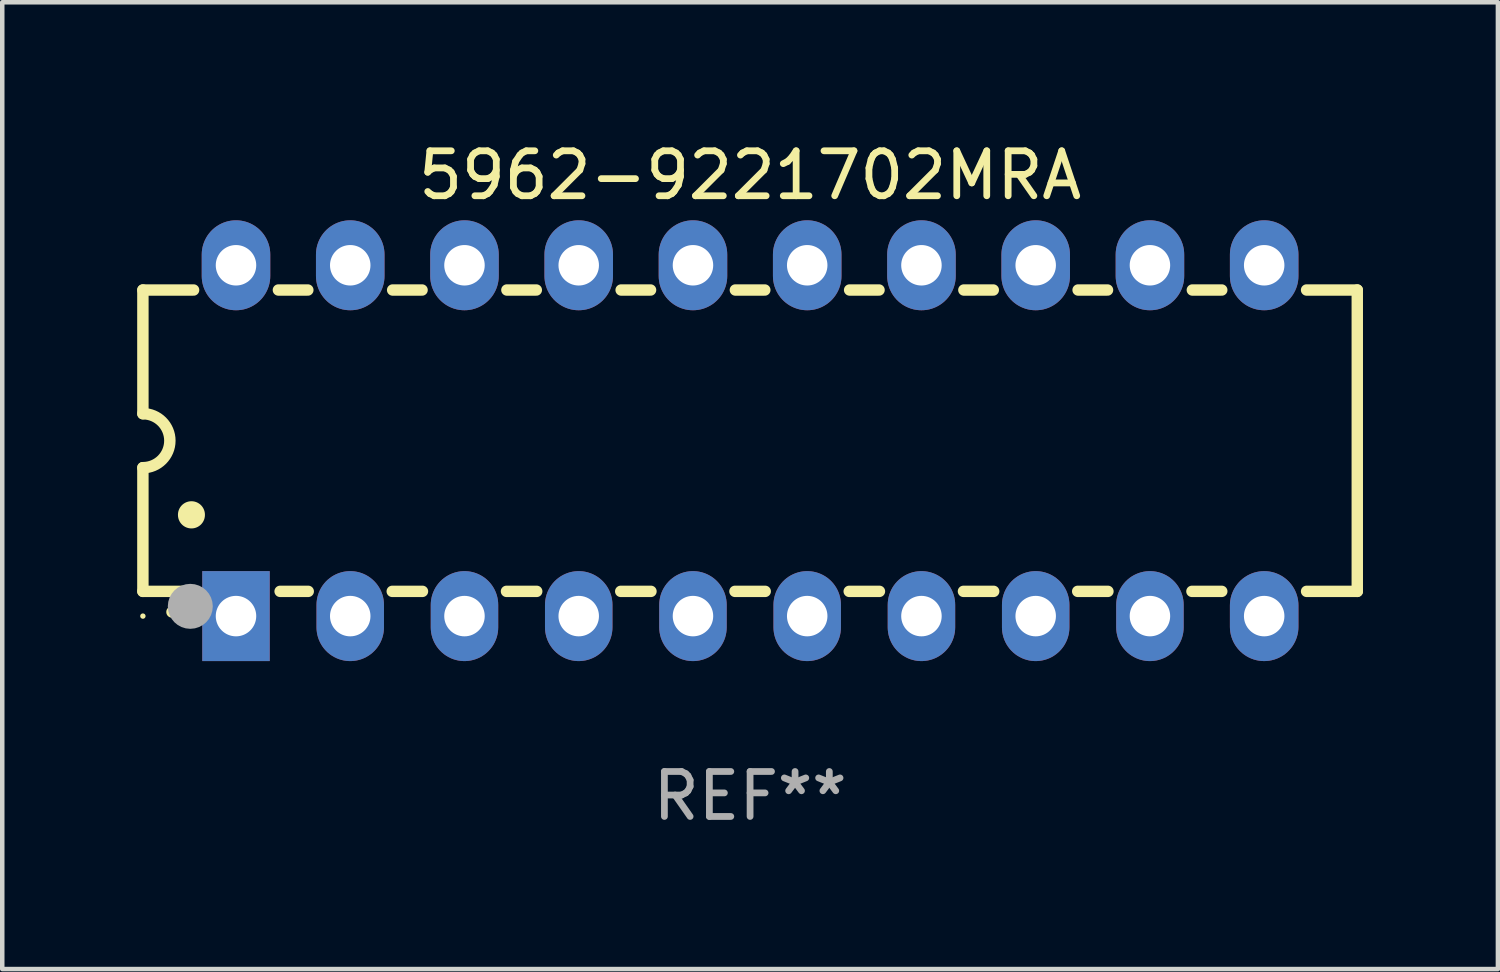
<source format=kicad_pcb>
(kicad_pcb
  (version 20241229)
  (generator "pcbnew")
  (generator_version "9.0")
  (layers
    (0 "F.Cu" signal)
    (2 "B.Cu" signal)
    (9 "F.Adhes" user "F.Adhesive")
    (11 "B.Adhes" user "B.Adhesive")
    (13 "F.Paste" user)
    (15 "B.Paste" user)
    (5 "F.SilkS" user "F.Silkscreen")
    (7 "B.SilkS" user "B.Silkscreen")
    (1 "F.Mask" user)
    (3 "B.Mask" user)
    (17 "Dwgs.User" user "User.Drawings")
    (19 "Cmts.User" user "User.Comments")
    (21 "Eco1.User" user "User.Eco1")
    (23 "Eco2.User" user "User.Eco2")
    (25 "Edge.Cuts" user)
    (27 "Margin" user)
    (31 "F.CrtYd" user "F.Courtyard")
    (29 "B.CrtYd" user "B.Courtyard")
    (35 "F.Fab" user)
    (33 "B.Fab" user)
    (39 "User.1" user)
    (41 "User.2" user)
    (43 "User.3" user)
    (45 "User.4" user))
  (footprint "5962-9221702MRA"
    (layer "F.Cu")
    (at 13.627 6.748)
    (property "Reference" "5962-9221702MRA" (at 0 -5.9 0) (layer "F.SilkS") (effects (font (size 1 1) (thickness 0.15))))
    (attr through_hole)
    (fp_line (start -13.5 -3.35) (end -12.373 -3.35) (stroke (width 0.254) (type solid)) (layer "F.SilkS"))
    (fp_line (start -13.5 -0.6) (end -13.5 -3.35) (stroke (width 0.254) (type solid)) (layer "F.SilkS"))
    (fp_line (start -13.5 3.35) (end -13.5 0.6) (stroke (width 0.254) (type solid)) (layer "F.SilkS"))
    (fp_line (start -13.5 3.35) (end -12.411 3.35) (stroke (width 0.254) (type solid)) (layer "F.SilkS"))
    (fp_line (start -10.487 -3.35) (end -9.833 -3.35) (stroke (width 0.254) (type solid)) (layer "F.SilkS"))
    (fp_line (start -10.449 3.35) (end -9.824 3.35) (stroke (width 0.254) (type solid)) (layer "F.SilkS"))
    (fp_line (start -7.956 3.35) (end -7.284 3.35) (stroke (width 0.254) (type solid)) (layer "F.SilkS"))
    (fp_line (start -7.947 -3.35) (end -7.293 -3.35) (stroke (width 0.254) (type solid)) (layer "F.SilkS"))
    (fp_line (start -5.416 3.35) (end -4.744 3.35) (stroke (width 0.254) (type solid)) (layer "F.SilkS"))
    (fp_line (start -5.407 -3.35) (end -4.753 -3.35) (stroke (width 0.254) (type solid)) (layer "F.SilkS"))
    (fp_line (start -2.876 3.35) (end -2.204 3.35) (stroke (width 0.254) (type solid)) (layer "F.SilkS"))
    (fp_line (start -2.867 -3.35) (end -2.213 -3.35) (stroke (width 0.254) (type solid)) (layer "F.SilkS"))
    (fp_line (start -0.336 3.35) (end 0.336 3.35) (stroke (width 0.254) (type solid)) (layer "F.SilkS"))
    (fp_line (start -0.327 -3.35) (end 0.327 -3.35) (stroke (width 0.254) (type solid)) (layer "F.SilkS"))
    (fp_line (start 2.204 3.35) (end 2.876 3.35) (stroke (width 0.254) (type solid)) (layer "F.SilkS"))
    (fp_line (start 2.213 -3.35) (end 2.867 -3.35) (stroke (width 0.254) (type solid)) (layer "F.SilkS"))
    (fp_line (start 4.744 3.35) (end 5.416 3.35) (stroke (width 0.254) (type solid)) (layer "F.SilkS"))
    (fp_line (start 4.753 -3.35) (end 5.407 -3.35) (stroke (width 0.254) (type solid)) (layer "F.SilkS"))
    (fp_line (start 7.284 3.35) (end 7.956 3.35) (stroke (width 0.254) (type solid)) (layer "F.SilkS"))
    (fp_line (start 7.293 -3.35) (end 7.947 -3.35) (stroke (width 0.254) (type solid)) (layer "F.SilkS"))
    (fp_line (start 9.824 3.35) (end 10.487 3.35) (stroke (width 0.254) (type solid)) (layer "F.SilkS"))
    (fp_line (start 9.833 -3.35) (end 10.487 -3.35) (stroke (width 0.254) (type solid)) (layer "F.SilkS"))
    (fp_line (start 12.373 -3.35) (end 13.5 -3.35) (stroke (width 0.254) (type solid)) (layer "F.SilkS"))
    (fp_line (start 12.373 3.35) (end 13.5 3.35) (stroke (width 0.254) (type solid)) (layer "F.SilkS"))
    (fp_line (start 13.5 -3.35) (end 13.5 3.35) (stroke (width 0.254) (type solid)) (layer "F.SilkS"))
    (fp_arc (start -13.500127 -0.599442) (mid -12.900406 0.000228) (end -13.500025 0.6) (stroke (width 0.254001) (type solid)) (layer "F.SilkS"))
    (fp_arc (start -12.854966 3.810008) (mid -12.854973 3.808738) (end -12.854966 3.807468) (stroke (width 0.25) (type solid)) (layer "F.SilkS"))
    (fp_arc (start -12.420625 1.651003) (mid -12.420636 1.648463) (end -12.420625 1.645923) (stroke (width 0.6) (type solid)) (layer "F.SilkS"))
    (fp_circle (center -13.5 3.9) (end -13.47 3.9) (stroke (width 0.06) (type solid)) (fill no) (layer "F.SilkS"))
    (fp_circle (center -12.446 3.683) (end -12.196 3.683) (stroke (width 0.5) (type solid)) (fill no) (layer "F.Fab"))
    (fp_text user "REF**" (at 0 7.9 0) (layer "F.Fab") (effects (font (size 1 1) (thickness 0.15))))
    (pad "1" thru_hole rect (at -11.43 3.9 90) (size 2 1.5) (drill 0.9) (layers "*.Cu" "*.Mask"))
    (pad "2" thru_hole oval (at -8.89 3.9 90) (size 2 1.5) (drill 0.9) (layers "*.Cu" "*.Mask"))
    (pad "3" thru_hole oval (at -6.35 3.9 90) (size 2 1.5) (drill 0.9) (layers "*.Cu" "*.Mask"))
    (pad "4" thru_hole oval (at -3.81 3.9 90) (size 2 1.5) (drill 0.9) (layers "*.Cu" "*.Mask"))
    (pad "5" thru_hole oval (at -1.27 3.9 90) (size 2 1.5) (drill 0.9) (layers "*.Cu" "*.Mask"))
    (pad "6" thru_hole oval (at 1.27 3.9 90) (size 2 1.5) (drill 0.9) (layers "*.Cu" "*.Mask"))
    (pad "7" thru_hole oval (at 3.81 3.9 90) (size 2 1.5) (drill 0.9) (layers "*.Cu" "*.Mask"))
    (pad "8" thru_hole oval (at 6.35 3.9 90) (size 2 1.5) (drill 0.9) (layers "*.Cu" "*.Mask"))
    (pad "9" thru_hole oval (at 8.89 3.9 90) (size 2 1.5) (drill 0.9) (layers "*.Cu" "*.Mask"))
    (pad "10" thru_hole oval (at 11.43 3.9 90) (size 2 1.524) (drill 0.9) (layers "*.Cu" "*.Mask"))
    (pad "11" thru_hole oval (at 11.43 -3.9 90) (size 2 1.524) (drill 0.9) (layers "*.Cu" "*.Mask"))
    (pad "12" thru_hole oval (at 8.89 -3.9 90) (size 2 1.524) (drill 0.9) (layers "*.Cu" "*.Mask"))
    (pad "13" thru_hole oval (at 6.35 -3.9 90) (size 2 1.524) (drill 0.9) (layers "*.Cu" "*.Mask"))
    (pad "14" thru_hole oval (at 3.81 -3.9 90) (size 2 1.524) (drill 0.9) (layers "*.Cu" "*.Mask"))
    (pad "15" thru_hole oval (at 1.27 -3.9 90) (size 2 1.524) (drill 0.9) (layers "*.Cu" "*.Mask"))
    (pad "16" thru_hole oval (at -1.27 -3.9 90) (size 2 1.524) (drill 0.9) (layers "*.Cu" "*.Mask"))
    (pad "17" thru_hole oval (at -3.81 -3.9 90) (size 2 1.524) (drill 0.9) (layers "*.Cu" "*.Mask"))
    (pad "18" thru_hole oval (at -6.35 -3.9 90) (size 2 1.524) (drill 0.9) (layers "*.Cu" "*.Mask"))
    (pad "19" thru_hole oval (at -8.89 -3.9 90) (size 2 1.524) (drill 0.9) (layers "*.Cu" "*.Mask"))
    (pad "20" thru_hole oval (at -11.43 -3.9 90) (size 2 1.524) (drill 0.9) (layers "*.Cu" "*.Mask")))
  (gr_rect
    (start -3 -3)
    (end 30.254 18.496)
    (stroke (width 0.1) (type default))
    (fill no)
    (layer "Edge.Cuts")))
</source>
